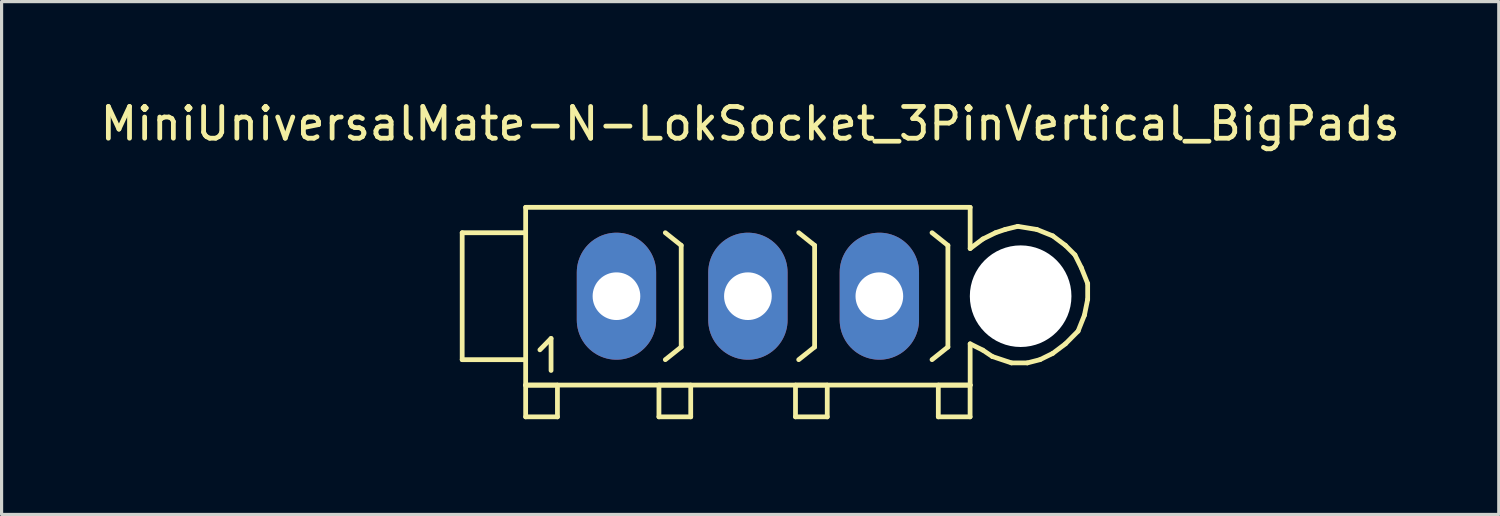
<source format=kicad_pcb>
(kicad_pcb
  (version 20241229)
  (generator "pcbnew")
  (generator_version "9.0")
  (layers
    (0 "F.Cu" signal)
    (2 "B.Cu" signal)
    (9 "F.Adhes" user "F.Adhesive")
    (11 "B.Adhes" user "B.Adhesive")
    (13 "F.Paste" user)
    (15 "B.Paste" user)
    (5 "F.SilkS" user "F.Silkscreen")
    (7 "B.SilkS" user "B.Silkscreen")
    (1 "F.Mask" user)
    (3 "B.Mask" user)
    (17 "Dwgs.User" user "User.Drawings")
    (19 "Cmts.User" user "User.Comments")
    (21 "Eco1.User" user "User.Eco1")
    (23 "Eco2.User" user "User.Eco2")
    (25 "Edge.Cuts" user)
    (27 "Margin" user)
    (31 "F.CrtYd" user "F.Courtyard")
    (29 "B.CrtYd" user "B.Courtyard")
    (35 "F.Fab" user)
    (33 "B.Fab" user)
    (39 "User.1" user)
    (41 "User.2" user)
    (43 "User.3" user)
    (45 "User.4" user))
  (footprint "MiniUniversalMate-N-LokSocket_3PinVertical_BigPads"
    (layer "F.Cu")
    (at 20.506 6.279)
    (property "Reference" "MiniUniversalMate-N-LokSocket_3PinVertical_BigPads" (at 0.071 -5.431 0) (layer "F.SilkS") (effects (font (size 1 1) (thickness 0.15))))
    (attr through_hole)
    (fp_line (start -8.999 -1.999) (end -8.999 1.999) (stroke (width 0.15) (type solid)) (layer "F.SilkS"))
    (fp_line (start -8.999 1.999) (end -7 1.999) (stroke (width 0.15) (type solid)) (layer "F.SilkS"))
    (fp_line (start -7 -2.799) (end -7 2.799) (stroke (width 0.15) (type solid)) (layer "F.SilkS"))
    (fp_line (start -7 -2.799) (end 7 -2.799) (stroke (width 0.15) (type solid)) (layer "F.SilkS"))
    (fp_line (start -7 -1.999) (end -8.999 -1.999) (stroke (width 0.15) (type solid)) (layer "F.SilkS"))
    (fp_line (start -7 2.799) (end 7 2.799) (stroke (width 0.15) (type solid)) (layer "F.SilkS"))
    (fp_line (start -7 2.802) (end -5.999 2.802) (stroke (width 0.15) (type solid)) (layer "F.SilkS"))
    (fp_line (start -7 3.8) (end -7 2.802) (stroke (width 0.15) (type solid)) (layer "F.SilkS"))
    (fp_line (start -6.551 1.689) (end -6.2 1.331) (stroke (width 0.15) (type solid)) (layer "F.SilkS"))
    (fp_line (start -6.2 1.331) (end -6.2 2.339) (stroke (width 0.15) (type solid)) (layer "F.SilkS"))
    (fp_line (start -5.999 2.802) (end -5.999 3.8) (stroke (width 0.15) (type solid)) (layer "F.SilkS"))
    (fp_line (start -5.999 3.8) (end -7 3.8) (stroke (width 0.15) (type solid)) (layer "F.SilkS"))
    (fp_line (start -2.802 2.802) (end -1.801 2.802) (stroke (width 0.15) (type solid)) (layer "F.SilkS"))
    (fp_line (start -2.802 3.8) (end -2.802 2.802) (stroke (width 0.15) (type solid)) (layer "F.SilkS"))
    (fp_line (start -2.101 -1.6) (end -2.601 -1.999) (stroke (width 0.15) (type solid)) (layer "F.SilkS"))
    (fp_line (start -2.101 -1.6) (end -2.101 1.6) (stroke (width 0.15) (type solid)) (layer "F.SilkS"))
    (fp_line (start -2.101 1.6) (end -2.601 1.999) (stroke (width 0.15) (type solid)) (layer "F.SilkS"))
    (fp_line (start -1.801 2.802) (end -1.801 3.8) (stroke (width 0.15) (type solid)) (layer "F.SilkS"))
    (fp_line (start -1.801 3.8) (end -2.802 3.8) (stroke (width 0.15) (type solid)) (layer "F.SilkS"))
    (fp_line (start 1.499 2.802) (end 2.499 2.802) (stroke (width 0.15) (type solid)) (layer "F.SilkS"))
    (fp_line (start 1.499 3.8) (end 1.499 2.802) (stroke (width 0.15) (type solid)) (layer "F.SilkS"))
    (fp_line (start 2.101 -1.6) (end 1.6 -1.999) (stroke (width 0.15) (type solid)) (layer "F.SilkS"))
    (fp_line (start 2.101 -1.6) (end 2.101 1.6) (stroke (width 0.15) (type solid)) (layer "F.SilkS"))
    (fp_line (start 2.101 1.6) (end 1.6 1.999) (stroke (width 0.15) (type solid)) (layer "F.SilkS"))
    (fp_line (start 2.499 2.802) (end 2.499 3.8) (stroke (width 0.15) (type solid)) (layer "F.SilkS"))
    (fp_line (start 2.499 3.8) (end 1.499 3.8) (stroke (width 0.15) (type solid)) (layer "F.SilkS"))
    (fp_line (start 5.997 2.802) (end 6.998 2.802) (stroke (width 0.15) (type solid)) (layer "F.SilkS"))
    (fp_line (start 5.997 3.8) (end 5.997 2.802) (stroke (width 0.15) (type solid)) (layer "F.SilkS"))
    (fp_line (start 6.299 -1.6) (end 5.799 -1.999) (stroke (width 0.15) (type solid)) (layer "F.SilkS"))
    (fp_line (start 6.299 -1.6) (end 6.299 1.6) (stroke (width 0.15) (type solid)) (layer "F.SilkS"))
    (fp_line (start 6.299 1.6) (end 5.799 1.999) (stroke (width 0.15) (type solid)) (layer "F.SilkS"))
    (fp_line (start 6.998 2.802) (end 6.998 3.8) (stroke (width 0.15) (type solid)) (layer "F.SilkS"))
    (fp_line (start 6.998 3.8) (end 5.997 3.8) (stroke (width 0.15) (type solid)) (layer "F.SilkS"))
    (fp_line (start 7 -2.799) (end 7 -1.501) (stroke (width 0.15) (type solid)) (layer "F.SilkS"))
    (fp_line (start 7 -1.501) (end 7.399 -1.801) (stroke (width 0.15) (type solid)) (layer "F.SilkS"))
    (fp_line (start 7 2.799) (end 7 1.501) (stroke (width 0.15) (type solid)) (layer "F.SilkS"))
    (fp_line (start 7.399 -1.801) (end 7.8 -1.999) (stroke (width 0.15) (type solid)) (layer "F.SilkS"))
    (fp_line (start 7.399 1.699) (end 7 1.501) (stroke (width 0.15) (type solid)) (layer "F.SilkS"))
    (fp_line (start 7.699 1.9) (end 7.399 1.699) (stroke (width 0.15) (type solid)) (layer "F.SilkS"))
    (fp_line (start 7.8 -1.999) (end 8.1 -2.101) (stroke (width 0.15) (type solid)) (layer "F.SilkS"))
    (fp_line (start 8.1 -2.101) (end 8.499 -2.2) (stroke (width 0.15) (type solid)) (layer "F.SilkS"))
    (fp_line (start 8.301 2.101) (end 7.699 1.9) (stroke (width 0.15) (type solid)) (layer "F.SilkS"))
    (fp_line (start 8.499 -2.2) (end 9.101 -2.101) (stroke (width 0.15) (type solid)) (layer "F.SilkS"))
    (fp_line (start 8.801 2.101) (end 8.301 2.101) (stroke (width 0.15) (type solid)) (layer "F.SilkS"))
    (fp_line (start 9.101 -2.101) (end 9.601 -1.9) (stroke (width 0.15) (type solid)) (layer "F.SilkS"))
    (fp_line (start 9.2 1.999) (end 8.801 2.101) (stroke (width 0.15) (type solid)) (layer "F.SilkS"))
    (fp_line (start 9.601 -1.9) (end 10 -1.6) (stroke (width 0.15) (type solid)) (layer "F.SilkS"))
    (fp_line (start 9.601 1.801) (end 9.2 1.999) (stroke (width 0.15) (type solid)) (layer "F.SilkS"))
    (fp_line (start 10 -1.6) (end 10.3 -1.3) (stroke (width 0.15) (type solid)) (layer "F.SilkS"))
    (fp_line (start 10 1.501) (end 9.601 1.801) (stroke (width 0.15) (type solid)) (layer "F.SilkS"))
    (fp_line (start 10.3 -1.3) (end 10.5 -0.899) (stroke (width 0.15) (type solid)) (layer "F.SilkS"))
    (fp_line (start 10.399 1.1) (end 10 1.501) (stroke (width 0.15) (type solid)) (layer "F.SilkS"))
    (fp_line (start 10.5 -0.899) (end 10.701 -0.399) (stroke (width 0.15) (type solid)) (layer "F.SilkS"))
    (fp_line (start 10.599 0.599) (end 10.399 1.1) (stroke (width 0.15) (type solid)) (layer "F.SilkS"))
    (fp_line (start 10.701 -0.399) (end 10.701 0.099) (stroke (width 0.15) (type solid)) (layer "F.SilkS"))
    (fp_line (start 10.701 0.099) (end 10.599 0.599) (stroke (width 0.15) (type solid)) (layer "F.SilkS"))
    (pad "" np_thru_hole circle (at 8.59 0) (size 3.2 3.2) (drill 3.2) (layers "*.Cu" "*.Mask"))
    (pad "1" thru_hole oval (at -4.14 0 90) (size 4 2.499) (drill 1.501) (layers "*.Cu" "*.Mask"))
    (pad "2" thru_hole oval (at 0 0 90) (size 4 2.499) (drill 1.501) (layers "*.Cu" "*.Mask"))
    (pad "3" thru_hole oval (at 4.14 0 90) (size 4 2.499) (drill 1.501) (layers "*.Cu" "*.Mask")))
  (gr_rect
    (start -3 -3)
    (end 44.155 13.154)
    (stroke (width 0.1) (type default))
    (fill no)
    (layer "Edge.Cuts")))
</source>
